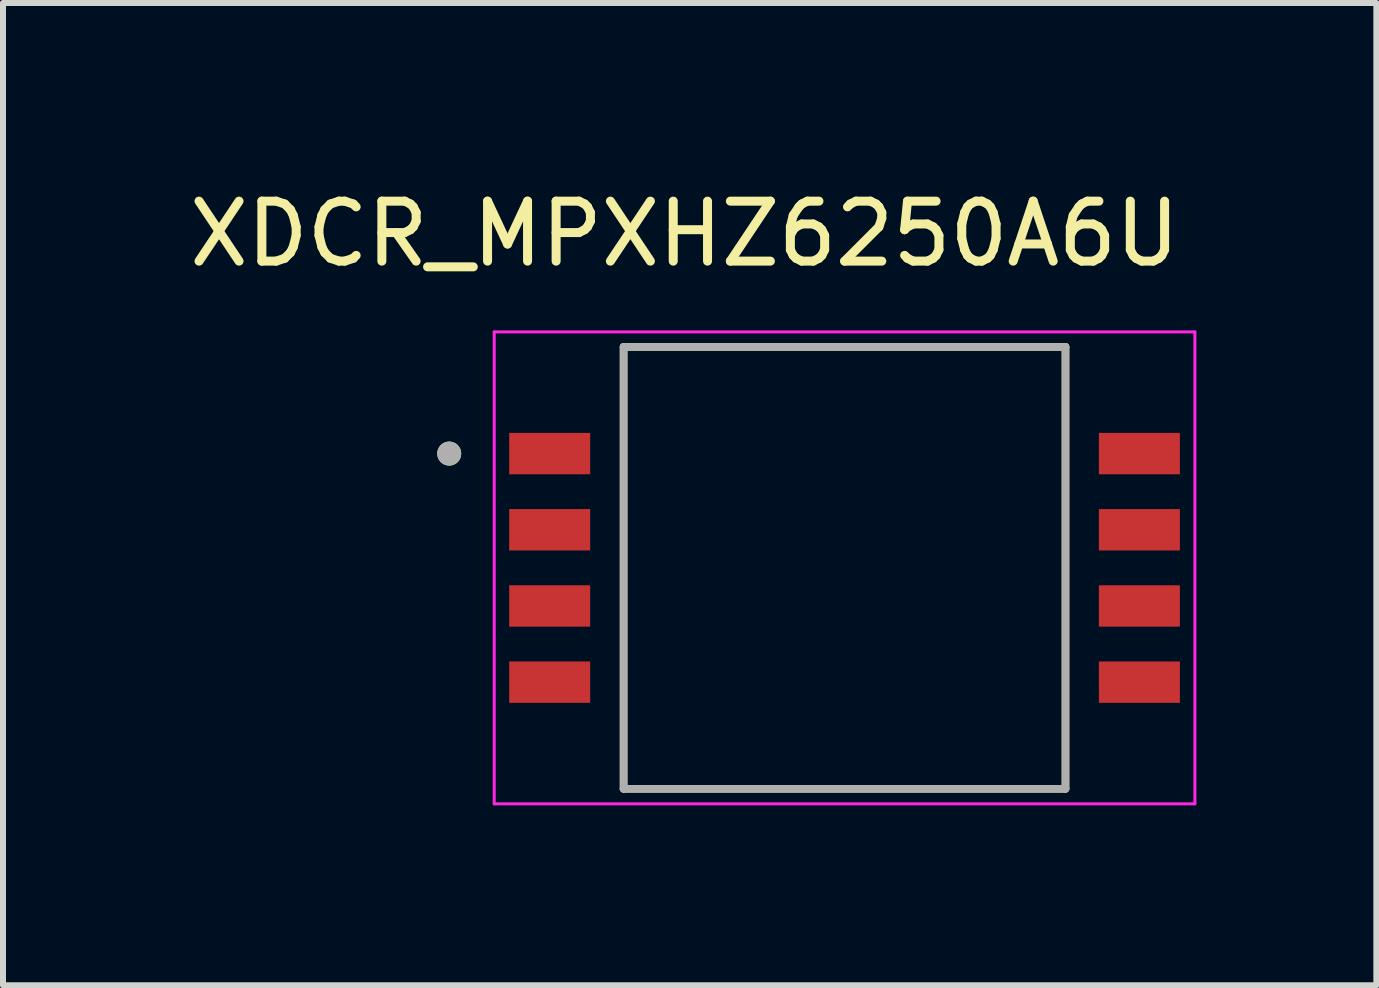
<source format=kicad_pcb>
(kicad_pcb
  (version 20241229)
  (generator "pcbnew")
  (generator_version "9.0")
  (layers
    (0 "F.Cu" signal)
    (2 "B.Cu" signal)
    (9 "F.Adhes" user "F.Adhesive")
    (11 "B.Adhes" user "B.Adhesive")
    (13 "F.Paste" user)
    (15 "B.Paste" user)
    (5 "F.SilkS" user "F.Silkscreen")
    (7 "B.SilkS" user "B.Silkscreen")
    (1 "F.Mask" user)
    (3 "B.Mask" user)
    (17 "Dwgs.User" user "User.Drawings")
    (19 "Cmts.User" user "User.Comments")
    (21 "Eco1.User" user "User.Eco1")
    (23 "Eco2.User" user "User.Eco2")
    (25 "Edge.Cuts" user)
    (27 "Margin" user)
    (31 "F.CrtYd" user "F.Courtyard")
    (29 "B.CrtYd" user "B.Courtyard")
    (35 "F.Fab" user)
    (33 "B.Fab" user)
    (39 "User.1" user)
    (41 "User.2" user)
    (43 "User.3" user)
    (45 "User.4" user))
  (footprint "XDCR_MPXHZ6250A6U"
    (layer "F.Cu")
    (at 11.028 6.416)
    (property "Reference" "XDCR_MPXHZ6250A6U" (at -2.665 -5.568 0) (layer "F.SilkS") (effects (font (size 1 1) (thickness 0.15))))
    (attr smd)
    (fp_line (start -3.683 -3.683) (end 3.683 -3.683) (stroke (width 0.127) (type solid)) (layer "F.SilkS"))
    (fp_line (start -3.683 3.683) (end -3.683 -3.683) (stroke (width 0.127) (type solid)) (layer "F.SilkS"))
    (fp_line (start 3.683 -3.683) (end 3.683 3.683) (stroke (width 0.127) (type solid)) (layer "F.SilkS"))
    (fp_line (start 3.683 3.683) (end -3.683 3.683) (stroke (width 0.127) (type solid)) (layer "F.SilkS"))
    (fp_circle (center -6.59 -1.905) (end -6.49 -1.905) (stroke (width 0.2) (type solid)) (fill no) (layer "F.SilkS"))
    (fp_line (start -5.84 -3.933) (end -5.84 3.933) (stroke (width 0.05) (type solid)) (layer "F.CrtYd"))
    (fp_line (start -5.84 3.933) (end 5.84 3.933) (stroke (width 0.05) (type solid)) (layer "F.CrtYd"))
    (fp_line (start 5.84 -3.933) (end -5.84 -3.933) (stroke (width 0.05) (type solid)) (layer "F.CrtYd"))
    (fp_line (start 5.84 3.933) (end 5.84 -3.933) (stroke (width 0.05) (type solid)) (layer "F.CrtYd"))
    (fp_line (start -3.683 -3.683) (end 3.683 -3.683) (stroke (width 0.127) (type solid)) (layer "F.Fab"))
    (fp_line (start -3.683 3.683) (end -3.683 -3.683) (stroke (width 0.127) (type solid)) (layer "F.Fab"))
    (fp_line (start 3.683 -3.683) (end 3.683 3.683) (stroke (width 0.127) (type solid)) (layer "F.Fab"))
    (fp_line (start 3.683 3.683) (end -3.683 3.683) (stroke (width 0.127) (type solid)) (layer "F.Fab"))
    (fp_circle (center -6.59 -1.905) (end -6.49 -1.905) (stroke (width 0.2) (type solid)) (fill no) (layer "F.Fab"))
    (pad "1" smd rect (at -4.915 -1.905) (size 1.35 0.69) (layers "F.Cu" "F.Mask" "F.Paste"))
    (pad "2" smd rect (at -4.915 -0.635) (size 1.35 0.69) (layers "F.Cu" "F.Mask" "F.Paste"))
    (pad "3" smd rect (at -4.915 0.635) (size 1.35 0.69) (layers "F.Cu" "F.Mask" "F.Paste"))
    (pad "4" smd rect (at -4.915 1.905) (size 1.35 0.69) (layers "F.Cu" "F.Mask" "F.Paste"))
    (pad "5" smd rect (at 4.915 1.905) (size 1.35 0.69) (layers "F.Cu" "F.Mask" "F.Paste"))
    (pad "6" smd rect (at 4.915 0.635) (size 1.35 0.69) (layers "F.Cu" "F.Mask" "F.Paste"))
    (pad "7" smd rect (at 4.915 -0.635) (size 1.35 0.69) (layers "F.Cu" "F.Mask" "F.Paste"))
    (pad "8" smd rect (at 4.915 -1.905) (size 1.35 0.69) (layers "F.Cu" "F.Mask" "F.Paste")))
  (gr_rect
    (start -3 -3)
    (end 19.893 13.374)
    (stroke (width 0.1) (type default))
    (fill no)
    (layer "Edge.Cuts")))
</source>
